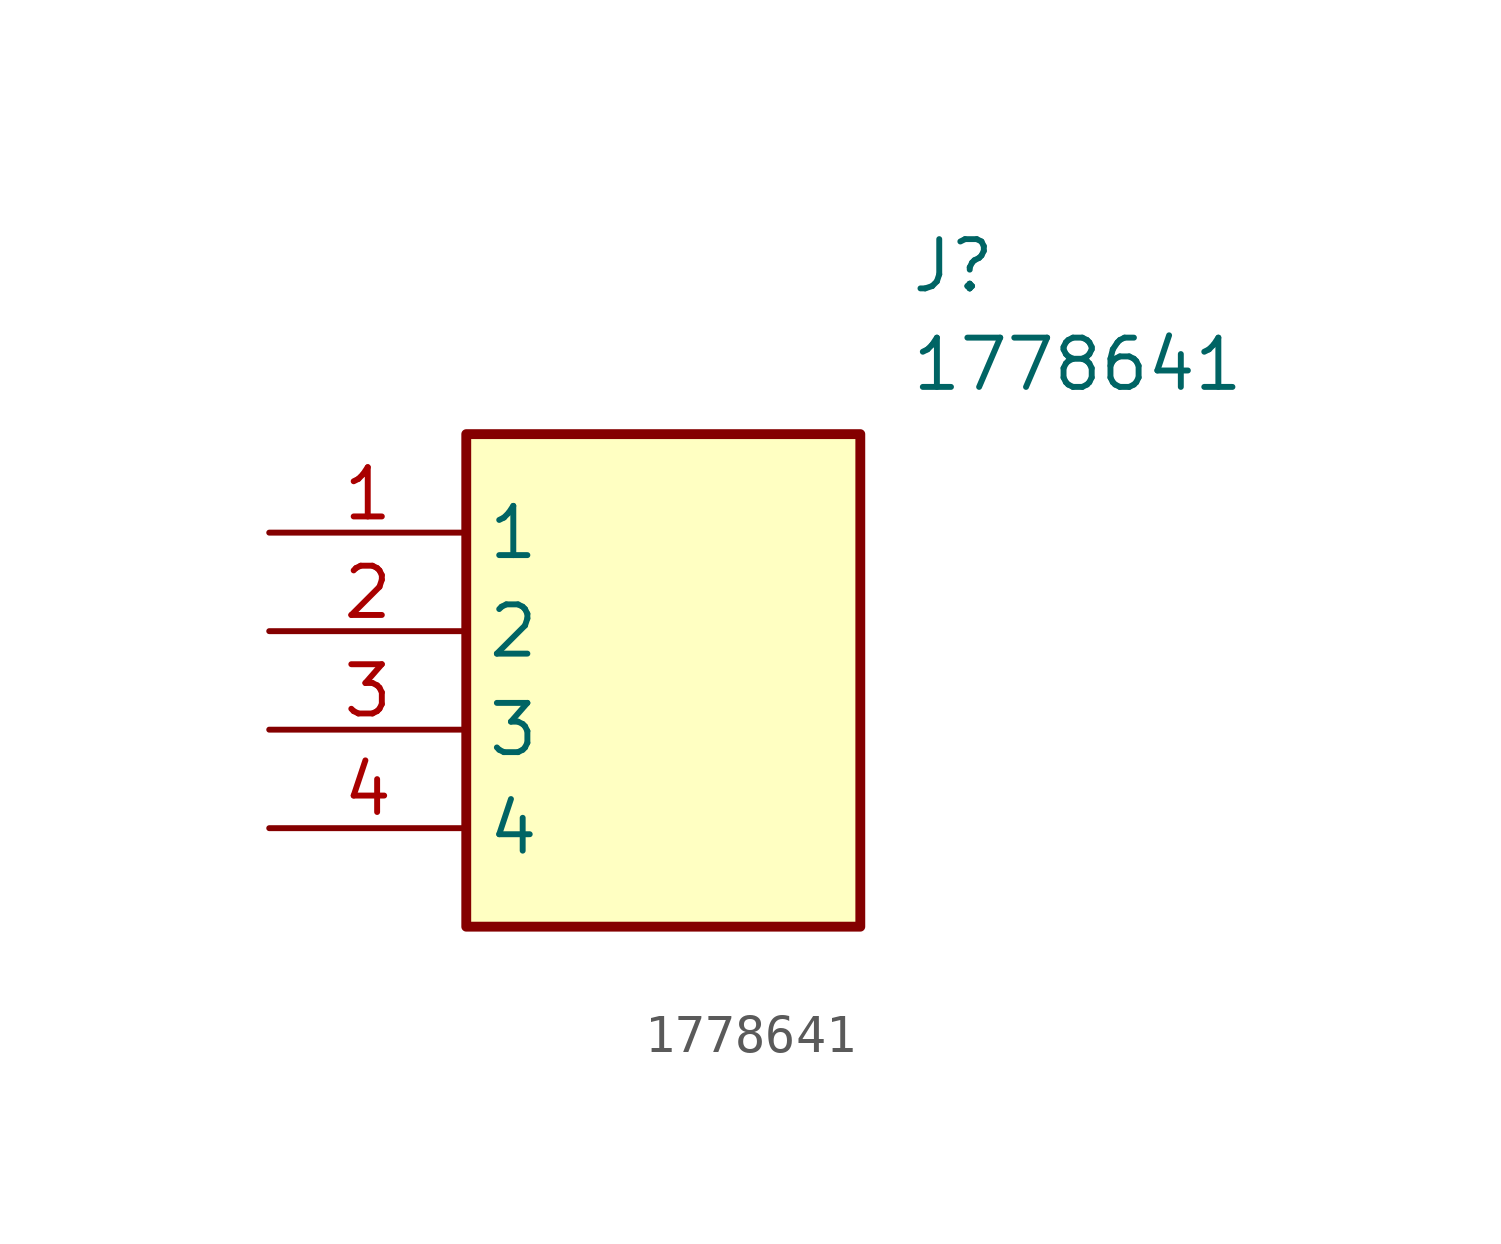
<source format=kicad_sym>
(kicad_symbol_lib
  (version 20211014)
  (generator SamacSys_ECAD_Model)
  (symbol "1778641"
    (property "Reference" "J"
      (at 16.51 7.62 0)
      (effects (font (size 1.27 1.27)) (justify left top)))
    (property "Value" "1778641"
      (at 16.51 5.08 0)
      (effects (font (size 1.27 1.27)) (justify left top)))
    (rectangle
      (start 5.08 2.54)
      (end 15.24 -10.16)
      (stroke (width 0.254) (type default))
      (fill (type background)))
    (pin passive line
      (at 0 0 0)
      (length 5.08)
      (name "1" (effects (font (size 1.27 1.27))))
      (number "1" (effects (font (size 1.27 1.27)))))
    (pin passive line
      (at 0 -2.54 0)
      (length 5.08)
      (name "2" (effects (font (size 1.27 1.27))))
      (number "2" (effects (font (size 1.27 1.27)))))
    (pin passive line
      (at 0 -5.08 0)
      (length 5.08)
      (name "3" (effects (font (size 1.27 1.27))))
      (number "3" (effects (font (size 1.27 1.27)))))
    (pin passive line
      (at 0 -7.62 0)
      (length 5.08)
      (name "4" (effects (font (size 1.27 1.27))))
      (number "4" (effects (font (size 1.27 1.27)))))))
</source>
